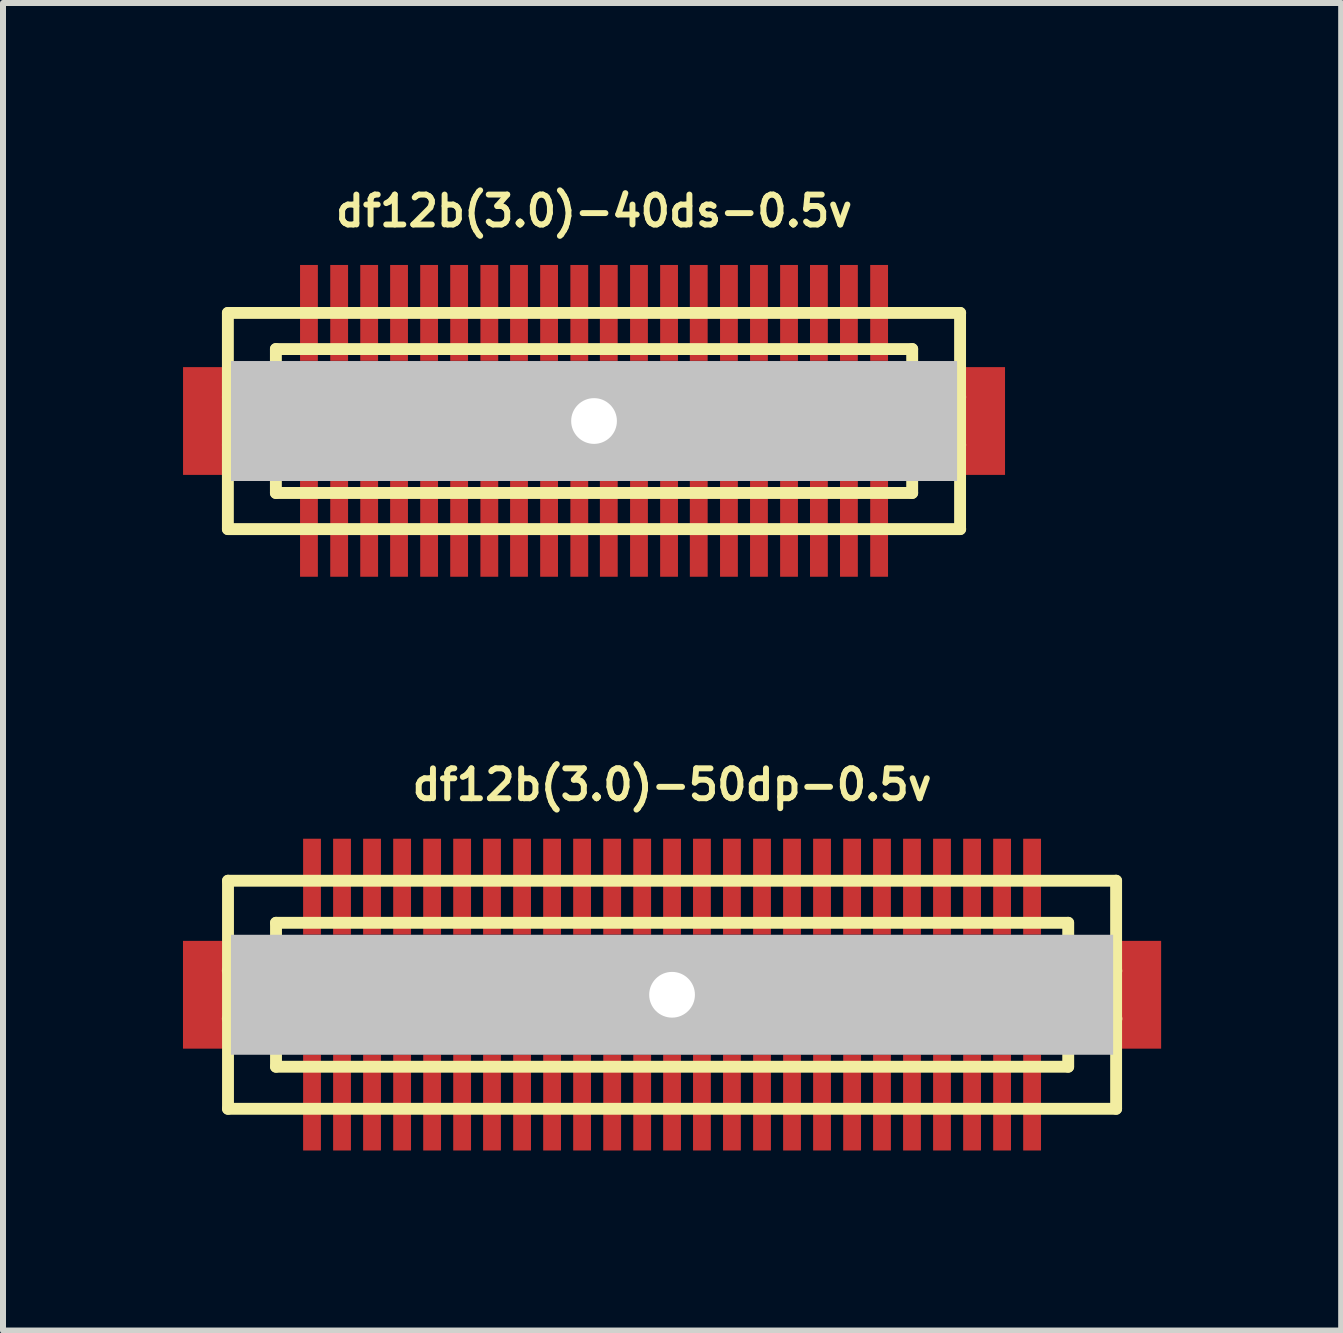
<source format=kicad_pcb>
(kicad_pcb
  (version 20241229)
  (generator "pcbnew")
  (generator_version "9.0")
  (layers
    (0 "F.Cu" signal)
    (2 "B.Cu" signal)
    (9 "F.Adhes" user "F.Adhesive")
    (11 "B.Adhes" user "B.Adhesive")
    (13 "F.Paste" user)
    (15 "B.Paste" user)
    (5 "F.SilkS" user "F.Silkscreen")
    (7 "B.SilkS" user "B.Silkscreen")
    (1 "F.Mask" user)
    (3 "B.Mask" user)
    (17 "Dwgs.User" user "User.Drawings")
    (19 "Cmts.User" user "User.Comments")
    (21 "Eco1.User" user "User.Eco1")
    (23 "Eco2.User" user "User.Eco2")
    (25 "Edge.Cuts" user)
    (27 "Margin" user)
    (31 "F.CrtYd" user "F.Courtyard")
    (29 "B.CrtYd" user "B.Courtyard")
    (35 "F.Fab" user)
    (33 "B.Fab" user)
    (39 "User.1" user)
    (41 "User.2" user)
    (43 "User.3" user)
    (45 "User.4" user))
  (footprint "df12b(3.0)-50dp-0.5v"
    (layer "F.Cu")
    (at 8.148 13.525)
    (property "Reference" "df12b(3.0)-50dp-0.5v" (at 0 -3.5 0) (layer "F.SilkS") (effects (font (size 0.498 0.498) (thickness 0.099))))
    (attr through_hole)
    (fp_line (start -7.399 -1.9) (end -7.399 1.9) (stroke (width 0.198) (type solid)) (layer "F.SilkS"))
    (fp_line (start -7.399 1.9) (end 7.399 1.9) (stroke (width 0.198) (type solid)) (layer "F.SilkS"))
    (fp_line (start -6.601 -0.399) (end -7.402 -0.399) (stroke (width 0.198) (type solid)) (layer "F.SilkS"))
    (fp_line (start -6.601 0.399) (end -7.402 0.399) (stroke (width 0.198) (type solid)) (layer "F.SilkS"))
    (fp_line (start -6.599 -1.199) (end 6.599 -1.199) (stroke (width 0.198) (type solid)) (layer "F.SilkS"))
    (fp_line (start -6.599 1.199) (end -6.599 -1.199) (stroke (width 0.198) (type solid)) (layer "F.SilkS"))
    (fp_line (start 6.599 1.199) (end -6.599 1.199) (stroke (width 0.198) (type solid)) (layer "F.SilkS"))
    (fp_line (start 6.601 -1.199) (end 6.601 1.199) (stroke (width 0.198) (type solid)) (layer "F.SilkS"))
    (fp_line (start 6.601 -0.399) (end 7.402 -0.399) (stroke (width 0.198) (type solid)) (layer "F.SilkS"))
    (fp_line (start 7.399 -1.9) (end -7.399 -1.9) (stroke (width 0.198) (type solid)) (layer "F.SilkS"))
    (fp_line (start 7.399 1.9) (end 7.399 -1.9) (stroke (width 0.198) (type solid)) (layer "F.SilkS"))
    (fp_line (start 7.404 0.399) (end 6.604 0.399) (stroke (width 0.198) (type solid)) (layer "F.SilkS"))
    (pad "" smd rect (at -7.75 0) (size 0.798 1.796) (layers "F.Cu" "F.Mask" "F.Paste"))
    (pad "" np_thru_hole rect (at 0 0) (size 14.699 1.999) (drill 0.762) (layers "Dwgs.User"))
    (pad "" smd rect (at 7.75 0) (size 0.798 1.796) (layers "F.Cu" "F.Mask" "F.Paste"))
    (pad "1" smd rect (at 5.999 1.796) (size 0.297 1.598) (layers "F.Cu" "F.Mask" "F.Paste"))
    (pad "2" smd rect (at 5.499 1.796) (size 0.297 1.598) (layers "F.Cu" "F.Mask" "F.Paste"))
    (pad "3" smd rect (at 4.999 1.796) (size 0.297 1.598) (layers "F.Cu" "F.Mask" "F.Paste"))
    (pad "4" smd rect (at 4.498 1.796) (size 0.297 1.598) (layers "F.Cu" "F.Mask" "F.Paste"))
    (pad "5" smd rect (at 3.998 1.796) (size 0.297 1.598) (layers "F.Cu" "F.Mask" "F.Paste"))
    (pad "6" smd rect (at 3.498 1.796) (size 0.297 1.598) (layers "F.Cu" "F.Mask" "F.Paste"))
    (pad "7" smd rect (at 3 1.796) (size 0.297 1.598) (layers "F.Cu" "F.Mask" "F.Paste"))
    (pad "8" smd rect (at 2.499 1.796) (size 0.297 1.598) (layers "F.Cu" "F.Mask" "F.Paste"))
    (pad "9" smd rect (at 1.999 1.796) (size 0.297 1.598) (layers "F.Cu" "F.Mask" "F.Paste"))
    (pad "10" smd rect (at 1.499 1.796) (size 0.297 1.598) (layers "F.Cu" "F.Mask" "F.Paste"))
    (pad "11" smd rect (at 0.998 1.796) (size 0.297 1.598) (layers "F.Cu" "F.Mask" "F.Paste"))
    (pad "12" smd rect (at 0.498 1.796) (size 0.297 1.598) (layers "F.Cu" "F.Mask" "F.Paste"))
    (pad "13" smd rect (at 0 1.796) (size 0.297 1.598) (layers "F.Cu" "F.Mask" "F.Paste"))
    (pad "14" smd rect (at -0.498 1.796) (size 0.297 1.598) (layers "F.Cu" "F.Mask" "F.Paste"))
    (pad "15" smd rect (at -0.998 1.796) (size 0.297 1.598) (layers "F.Cu" "F.Mask" "F.Paste"))
    (pad "16" smd rect (at -1.499 1.796) (size 0.297 1.598) (layers "F.Cu" "F.Mask" "F.Paste"))
    (pad "17" smd rect (at -1.999 1.796) (size 0.297 1.598) (layers "F.Cu" "F.Mask" "F.Paste"))
    (pad "18" smd rect (at -2.499 1.796) (size 0.297 1.598) (layers "F.Cu" "F.Mask" "F.Paste"))
    (pad "19" smd rect (at -3 1.796) (size 0.297 1.598) (layers "F.Cu" "F.Mask" "F.Paste"))
    (pad "20" smd rect (at -3.498 1.796) (size 0.297 1.598) (layers "F.Cu" "F.Mask" "F.Paste"))
    (pad "21" smd rect (at -3.998 1.796) (size 0.297 1.598) (layers "F.Cu" "F.Mask" "F.Paste"))
    (pad "22" smd rect (at -4.498 1.796) (size 0.297 1.598) (layers "F.Cu" "F.Mask" "F.Paste"))
    (pad "23" smd rect (at -4.999 1.796) (size 0.297 1.598) (layers "F.Cu" "F.Mask" "F.Paste"))
    (pad "24" smd rect (at -5.499 1.796) (size 0.297 1.598) (layers "F.Cu" "F.Mask" "F.Paste"))
    (pad "25" smd rect (at -5.999 1.796) (size 0.297 1.598) (layers "F.Cu" "F.Mask" "F.Paste"))
    (pad "26" smd rect (at -5.999 -1.801) (size 0.297 1.598) (layers "F.Cu" "F.Mask" "F.Paste"))
    (pad "27" smd rect (at -5.499 -1.801) (size 0.297 1.598) (layers "F.Cu" "F.Mask" "F.Paste"))
    (pad "28" smd rect (at -4.999 -1.801) (size 0.297 1.598) (layers "F.Cu" "F.Mask" "F.Paste"))
    (pad "29" smd rect (at -4.498 -1.801) (size 0.297 1.598) (layers "F.Cu" "F.Mask" "F.Paste"))
    (pad "30" smd rect (at -3.998 -1.801) (size 0.297 1.598) (layers "F.Cu" "F.Mask" "F.Paste"))
    (pad "31" smd rect (at -3.498 -1.801) (size 0.297 1.598) (layers "F.Cu" "F.Mask" "F.Paste"))
    (pad "32" smd rect (at -3 -1.801) (size 0.297 1.598) (layers "F.Cu" "F.Mask" "F.Paste"))
    (pad "33" smd rect (at -2.499 -1.801) (size 0.297 1.598) (layers "F.Cu" "F.Mask" "F.Paste"))
    (pad "34" smd rect (at -1.999 -1.801) (size 0.297 1.598) (layers "F.Cu" "F.Mask" "F.Paste"))
    (pad "35" smd rect (at -1.499 -1.801) (size 0.297 1.598) (layers "F.Cu" "F.Mask" "F.Paste"))
    (pad "36" smd rect (at -0.998 -1.801) (size 0.297 1.598) (layers "F.Cu" "F.Mask" "F.Paste"))
    (pad "37" smd rect (at -0.498 -1.801) (size 0.297 1.598) (layers "F.Cu" "F.Mask" "F.Paste"))
    (pad "38" smd rect (at 0 -1.801) (size 0.297 1.598) (layers "F.Cu" "F.Mask" "F.Paste"))
    (pad "39" smd rect (at 0.498 -1.801) (size 0.297 1.598) (layers "F.Cu" "F.Mask" "F.Paste"))
    (pad "40" smd rect (at 0.998 -1.801) (size 0.297 1.598) (layers "F.Cu" "F.Mask" "F.Paste"))
    (pad "41" smd rect (at 1.499 -1.801) (size 0.297 1.598) (layers "F.Cu" "F.Mask" "F.Paste"))
    (pad "42" smd rect (at 1.999 -1.801) (size 0.297 1.598) (layers "F.Cu" "F.Mask" "F.Paste"))
    (pad "43" smd rect (at 2.499 -1.801) (size 0.297 1.598) (layers "F.Cu" "F.Mask" "F.Paste"))
    (pad "44" smd rect (at 3 -1.801) (size 0.297 1.598) (layers "F.Cu" "F.Mask" "F.Paste"))
    (pad "45" smd rect (at 3.498 -1.801) (size 0.297 1.598) (layers "F.Cu" "F.Mask" "F.Paste"))
    (pad "46" smd rect (at 3.998 -1.801) (size 0.297 1.598) (layers "F.Cu" "F.Mask" "F.Paste"))
    (pad "47" smd rect (at 4.498 -1.801) (size 0.297 1.598) (layers "F.Cu" "F.Mask" "F.Paste"))
    (pad "48" smd rect (at 4.999 -1.801) (size 0.297 1.598) (layers "F.Cu" "F.Mask" "F.Paste"))
    (pad "49" smd rect (at 5.499 -1.801) (size 0.297 1.598) (layers "F.Cu" "F.Mask" "F.Paste"))
    (pad "50" smd rect (at 5.999 -1.801) (size 0.297 1.598) (layers "F.Cu" "F.Mask" "F.Paste")))
  (footprint "df12b(3.0)-40ds-0.5v"
    (layer "F.Cu")
    (at 6.848 3.965)
    (property "Reference" "df12b(3.0)-40ds-0.5v" (at 0 -3.5 0) (layer "F.SilkS") (effects (font (size 0.498 0.498) (thickness 0.099))))
    (attr through_hole)
    (fp_line (start -6.101 -1.801) (end 6.101 -1.801) (stroke (width 0.198) (type solid)) (layer "F.SilkS"))
    (fp_line (start -6.101 1.801) (end -6.101 -1.801) (stroke (width 0.198) (type solid)) (layer "F.SilkS"))
    (fp_line (start -5.301 -0.701) (end 5.301 -0.701) (stroke (width 0.198) (type solid)) (layer "F.SilkS"))
    (fp_line (start -5.301 -0.399) (end -6.101 -0.399) (stroke (width 0.198) (type solid)) (layer "F.SilkS"))
    (fp_line (start -5.301 0.399) (end -6.101 0.399) (stroke (width 0.198) (type solid)) (layer "F.SilkS"))
    (fp_line (start -5.301 1.199) (end -5.301 -1.199) (stroke (width 0.198) (type solid)) (layer "F.SilkS"))
    (fp_line (start -5.301 1.199) (end 5.301 1.199) (stroke (width 0.198) (type solid)) (layer "F.SilkS"))
    (fp_line (start 5.301 -1.199) (end -5.301 -1.199) (stroke (width 0.198) (type solid)) (layer "F.SilkS"))
    (fp_line (start 5.301 -1.199) (end 5.301 1.199) (stroke (width 0.198) (type solid)) (layer "F.SilkS"))
    (fp_line (start 5.301 -0.399) (end 6.101 -0.399) (stroke (width 0.198) (type solid)) (layer "F.SilkS"))
    (fp_line (start 5.301 0.701) (end -5.301 0.701) (stroke (width 0.198) (type solid)) (layer "F.SilkS"))
    (fp_line (start 6.099 -1.801) (end 6.099 1.801) (stroke (width 0.198) (type solid)) (layer "F.SilkS"))
    (fp_line (start 6.101 0.399) (end 5.301 0.399) (stroke (width 0.198) (type solid)) (layer "F.SilkS"))
    (fp_line (start 6.101 1.801) (end -6.101 1.801) (stroke (width 0.198) (type solid)) (layer "F.SilkS"))
    (pad "" smd rect (at -6.449 0) (size 0.798 1.796) (layers "F.Cu" "F.Mask" "F.Paste"))
    (pad "" np_thru_hole rect (at 0 0) (size 12.098 1.999) (drill 0.762) (layers "Dwgs.User"))
    (pad "" smd rect (at 6.449 0) (size 0.798 1.796) (layers "F.Cu" "F.Mask" "F.Paste"))
    (pad "1" smd rect (at -4.75 1.796) (size 0.297 1.598) (layers "F.Cu" "F.Mask" "F.Paste"))
    (pad "2" smd rect (at -4.247 1.796) (size 0.297 1.598) (layers "F.Cu" "F.Mask" "F.Paste"))
    (pad "3" smd rect (at -3.747 1.796) (size 0.297 1.598) (layers "F.Cu" "F.Mask" "F.Paste"))
    (pad "4" smd rect (at -3.249 1.796) (size 0.297 1.598) (layers "F.Cu" "F.Mask" "F.Paste"))
    (pad "5" smd rect (at -2.748 1.796) (size 0.297 1.598) (layers "F.Cu" "F.Mask" "F.Paste"))
    (pad "6" smd rect (at -2.248 1.796) (size 0.297 1.598) (layers "F.Cu" "F.Mask" "F.Paste"))
    (pad "7" smd rect (at -1.745 1.796) (size 0.297 1.598) (layers "F.Cu" "F.Mask" "F.Paste"))
    (pad "8" smd rect (at -1.25 1.796) (size 0.297 1.598) (layers "F.Cu" "F.Mask" "F.Paste"))
    (pad "9" smd rect (at -0.749 1.796) (size 0.297 1.598) (layers "F.Cu" "F.Mask" "F.Paste"))
    (pad "10" smd rect (at -0.246 1.796) (size 0.297 1.598) (layers "F.Cu" "F.Mask" "F.Paste"))
    (pad "11" smd rect (at 0.246 1.796) (size 0.297 1.598) (layers "F.Cu" "F.Mask" "F.Paste"))
    (pad "12" smd rect (at 0.749 1.796) (size 0.297 1.598) (layers "F.Cu" "F.Mask" "F.Paste"))
    (pad "13" smd rect (at 1.25 1.796) (size 0.297 1.598) (layers "F.Cu" "F.Mask" "F.Paste"))
    (pad "14" smd rect (at 1.745 1.796) (size 0.297 1.598) (layers "F.Cu" "F.Mask" "F.Paste"))
    (pad "15" smd rect (at 2.248 1.796) (size 0.297 1.598) (layers "F.Cu" "F.Mask" "F.Paste"))
    (pad "16" smd rect (at 2.748 1.796) (size 0.297 1.598) (layers "F.Cu" "F.Mask" "F.Paste"))
    (pad "17" smd rect (at 3.249 1.796) (size 0.297 1.598) (layers "F.Cu" "F.Mask" "F.Paste"))
    (pad "18" smd rect (at 3.747 1.796) (size 0.297 1.598) (layers "F.Cu" "F.Mask" "F.Paste"))
    (pad "19" smd rect (at 4.247 1.796) (size 0.297 1.598) (layers "F.Cu" "F.Mask" "F.Paste"))
    (pad "20" smd rect (at 4.75 1.796) (size 0.297 1.598) (layers "F.Cu" "F.Mask" "F.Paste"))
    (pad "21" smd rect (at 4.75 -1.801) (size 0.297 1.598) (layers "F.Cu" "F.Mask" "F.Paste"))
    (pad "22" smd rect (at 4.247 -1.801) (size 0.297 1.598) (layers "F.Cu" "F.Mask" "F.Paste"))
    (pad "23" smd rect (at 3.747 -1.801) (size 0.297 1.598) (layers "F.Cu" "F.Mask" "F.Paste"))
    (pad "24" smd rect (at 3.249 -1.801) (size 0.297 1.598) (layers "F.Cu" "F.Mask" "F.Paste"))
    (pad "25" smd rect (at 2.748 -1.801) (size 0.297 1.598) (layers "F.Cu" "F.Mask" "F.Paste"))
    (pad "26" smd rect (at 2.248 -1.801) (size 0.297 1.598) (layers "F.Cu" "F.Mask" "F.Paste"))
    (pad "27" smd rect (at 1.745 -1.801) (size 0.297 1.598) (layers "F.Cu" "F.Mask" "F.Paste"))
    (pad "28" smd rect (at 1.25 -1.801) (size 0.297 1.598) (layers "F.Cu" "F.Mask" "F.Paste"))
    (pad "29" smd rect (at 0.749 -1.801) (size 0.297 1.598) (layers "F.Cu" "F.Mask" "F.Paste"))
    (pad "30" smd rect (at 0.246 -1.801) (size 0.297 1.598) (layers "F.Cu" "F.Mask" "F.Paste"))
    (pad "31" smd rect (at -0.246 -1.801) (size 0.297 1.598) (layers "F.Cu" "F.Mask" "F.Paste"))
    (pad "32" smd rect (at -0.749 -1.801) (size 0.297 1.598) (layers "F.Cu" "F.Mask" "F.Paste"))
    (pad "33" smd rect (at -1.25 -1.801) (size 0.297 1.598) (layers "F.Cu" "F.Mask" "F.Paste"))
    (pad "34" smd rect (at -1.745 -1.801) (size 0.297 1.598) (layers "F.Cu" "F.Mask" "F.Paste"))
    (pad "35" smd rect (at -2.248 -1.801) (size 0.297 1.598) (layers "F.Cu" "F.Mask" "F.Paste"))
    (pad "36" smd rect (at -2.748 -1.801) (size 0.297 1.598) (layers "F.Cu" "F.Mask" "F.Paste"))
    (pad "37" smd rect (at -3.249 -1.801) (size 0.297 1.598) (layers "F.Cu" "F.Mask" "F.Paste"))
    (pad "38" smd rect (at -3.747 -1.801) (size 0.297 1.598) (layers "F.Cu" "F.Mask" "F.Paste"))
    (pad "39" smd rect (at -4.247 -1.801) (size 0.297 1.598) (layers "F.Cu" "F.Mask" "F.Paste"))
    (pad "40" smd rect (at -4.75 -1.801) (size 0.297 1.598) (layers "F.Cu" "F.Mask" "F.Paste")))
  (gr_rect
    (start -3 -3)
    (end 19.297 19.12)
    (stroke (width 0.1) (type default))
    (fill no)
    (layer "Edge.Cuts")))
</source>
